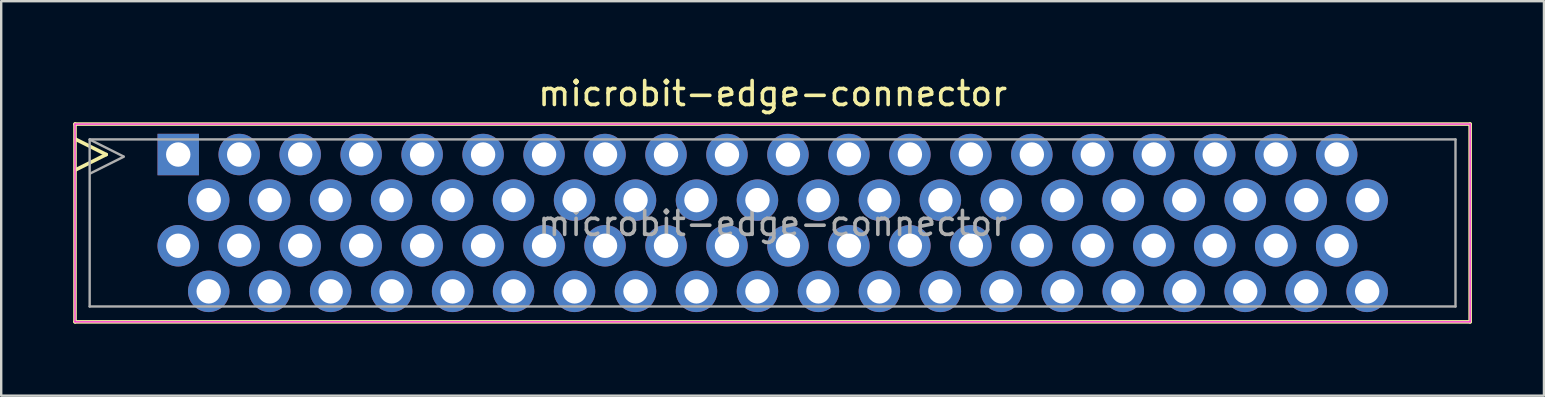
<source format=kicad_pcb>
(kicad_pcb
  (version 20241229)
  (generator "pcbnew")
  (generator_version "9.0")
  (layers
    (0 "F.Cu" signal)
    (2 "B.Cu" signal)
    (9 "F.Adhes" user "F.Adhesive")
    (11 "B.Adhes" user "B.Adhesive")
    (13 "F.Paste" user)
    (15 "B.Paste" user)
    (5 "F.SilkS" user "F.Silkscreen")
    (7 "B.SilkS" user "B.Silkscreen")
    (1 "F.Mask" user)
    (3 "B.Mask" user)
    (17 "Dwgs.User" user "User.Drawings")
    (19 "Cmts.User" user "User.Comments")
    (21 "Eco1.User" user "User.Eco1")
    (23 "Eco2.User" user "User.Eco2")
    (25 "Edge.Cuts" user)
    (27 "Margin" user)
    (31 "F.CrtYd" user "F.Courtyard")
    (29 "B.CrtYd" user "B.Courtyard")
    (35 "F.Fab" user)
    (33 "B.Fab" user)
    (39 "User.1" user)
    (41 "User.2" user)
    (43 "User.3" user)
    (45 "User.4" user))
  (footprint "microbit-edge-connector"
    (layer "F.Cu")
    (at 4.375 3.388)
    (property "Reference" "microbit-edge-connector" (at 24.765 -2.54 0) (layer "F.SilkS") (effects (font (size 1 1) (thickness 0.15))))
    (attr through_hole)
    (fp_line (start -4.3 -1.27) (end 53.82 -1.27) (stroke (width 0.15) (type solid)) (layer "F.SilkS"))
    (fp_line (start -4.3 6.97) (end -4.3 -1.27) (stroke (width 0.15) (type solid)) (layer "F.SilkS"))
    (fp_line (start -4.27 -0.635) (end -3 0) (stroke (width 0.15) (type solid)) (layer "F.SilkS"))
    (fp_line (start -3 0) (end -4.27 0.635) (stroke (width 0.15) (type solid)) (layer "F.SilkS"))
    (fp_line (start 53.82 -1.27) (end 53.82 6.97) (stroke (width 0.15) (type solid)) (layer "F.SilkS"))
    (fp_line (start 53.82 6.97) (end -4.3 6.97) (stroke (width 0.15) (type solid)) (layer "F.SilkS"))
    (fp_line (start -4.3 -1.27) (end -4.3 6.97) (stroke (width 0.05) (type solid)) (layer "F.CrtYd"))
    (fp_line (start -4.3 6.97) (end 53.82 6.97) (stroke (width 0.05) (type solid)) (layer "F.CrtYd"))
    (fp_line (start 53.82 -1.27) (end -4.3 -1.27) (stroke (width 0.05) (type solid)) (layer "F.CrtYd"))
    (fp_line (start 53.82 6.97) (end 53.82 -1.27) (stroke (width 0.05) (type solid)) (layer "F.CrtYd"))
    (fp_line (start -3.69 -0.63) (end 53.21 -0.63) (stroke (width 0.1) (type solid)) (layer "F.Fab"))
    (fp_line (start -3.69 6.33) (end -3.69 -0.63) (stroke (width 0.1) (type solid)) (layer "F.Fab"))
    (fp_line (start -3.68 -0.62) (end -2.28 0.08) (stroke (width 0.1) (type solid)) (layer "F.Fab"))
    (fp_line (start -2.27 0.09) (end -3.67 0.79) (stroke (width 0.1) (type solid)) (layer "F.Fab"))
    (fp_line (start 53.21 -0.63) (end 53.21 6.33) (stroke (width 0.1) (type solid)) (layer "F.Fab"))
    (fp_line (start 53.21 6.33) (end -3.69 6.33) (stroke (width 0.1) (type solid)) (layer "F.Fab"))
    (fp_text user "${REFERENCE}" (at 24.765 2.87 0) (layer "F.Fab") (effects (font (size 1 1) (thickness 0.15))))
    (pad "1" thru_hole rect (at 0 0) (size 1.727 1.727) (drill 1.016) (layers "*.Cu" "*.Mask"))
    (pad "2" thru_hole oval (at 0 3.8) (size 1.727 1.727) (drill 1.016) (layers "*.Cu" "*.Mask"))
    (pad "3" thru_hole oval (at 1.27 1.9) (size 1.727 1.727) (drill 1.016) (layers "*.Cu" "*.Mask"))
    (pad "4" thru_hole oval (at 1.27 5.7) (size 1.727 1.727) (drill 1.016) (layers "*.Cu" "*.Mask"))
    (pad "5" thru_hole oval (at 2.54 0) (size 1.727 1.727) (drill 1.016) (layers "*.Cu" "*.Mask"))
    (pad "6" thru_hole oval (at 2.54 3.8) (size 1.727 1.727) (drill 1.016) (layers "*.Cu" "*.Mask"))
    (pad "7" thru_hole oval (at 3.81 1.9) (size 1.727 1.727) (drill 1.016) (layers "*.Cu" "*.Mask"))
    (pad "8" thru_hole oval (at 3.81 5.7) (size 1.727 1.727) (drill 1.016) (layers "*.Cu" "*.Mask"))
    (pad "9" thru_hole oval (at 5.08 0) (size 1.727 1.727) (drill 1.016) (layers "*.Cu" "*.Mask"))
    (pad "10" thru_hole oval (at 5.08 3.8) (size 1.727 1.727) (drill 1.016) (layers "*.Cu" "*.Mask"))
    (pad "11" thru_hole oval (at 6.35 1.9) (size 1.727 1.727) (drill 1.016) (layers "*.Cu" "*.Mask"))
    (pad "12" thru_hole oval (at 6.35 5.7) (size 1.727 1.727) (drill 1.016) (layers "*.Cu" "*.Mask"))
    (pad "13" thru_hole oval (at 7.62 0) (size 1.727 1.727) (drill 1.016) (layers "*.Cu" "*.Mask"))
    (pad "14" thru_hole oval (at 7.62 3.8) (size 1.727 1.727) (drill 1.016) (layers "*.Cu" "*.Mask"))
    (pad "15" thru_hole oval (at 8.89 1.9) (size 1.727 1.727) (drill 1.016) (layers "*.Cu" "*.Mask"))
    (pad "16" thru_hole oval (at 8.89 5.7) (size 1.727 1.727) (drill 1.016) (layers "*.Cu" "*.Mask"))
    (pad "17" thru_hole oval (at 10.16 0) (size 1.727 1.727) (drill 1.016) (layers "*.Cu" "*.Mask"))
    (pad "18" thru_hole oval (at 10.16 3.8) (size 1.727 1.727) (drill 1.016) (layers "*.Cu" "*.Mask"))
    (pad "19" thru_hole oval (at 11.43 1.9) (size 1.727 1.727) (drill 1.016) (layers "*.Cu" "*.Mask"))
    (pad "20" thru_hole oval (at 11.43 5.7) (size 1.727 1.727) (drill 1.016) (layers "*.Cu" "*.Mask"))
    (pad "21" thru_hole oval (at 12.7 0) (size 1.727 1.727) (drill 1.016) (layers "*.Cu" "*.Mask"))
    (pad "22" thru_hole oval (at 12.7 3.8) (size 1.727 1.727) (drill 1.016) (layers "*.Cu" "*.Mask"))
    (pad "23" thru_hole oval (at 13.97 1.9) (size 1.727 1.727) (drill 1.016) (layers "*.Cu" "*.Mask"))
    (pad "24" thru_hole oval (at 13.97 5.7) (size 1.727 1.727) (drill 1.016) (layers "*.Cu" "*.Mask"))
    (pad "25" thru_hole oval (at 15.24 0) (size 1.727 1.727) (drill 1.016) (layers "*.Cu" "*.Mask"))
    (pad "26" thru_hole oval (at 15.24 3.8) (size 1.727 1.727) (drill 1.016) (layers "*.Cu" "*.Mask"))
    (pad "27" thru_hole oval (at 16.51 1.9) (size 1.727 1.727) (drill 1.016) (layers "*.Cu" "*.Mask"))
    (pad "28" thru_hole oval (at 16.51 5.7) (size 1.727 1.727) (drill 1.016) (layers "*.Cu" "*.Mask"))
    (pad "29" thru_hole oval (at 17.78 0) (size 1.727 1.727) (drill 1.016) (layers "*.Cu" "*.Mask"))
    (pad "30" thru_hole oval (at 17.78 3.8) (size 1.727 1.727) (drill 1.016) (layers "*.Cu" "*.Mask"))
    (pad "31" thru_hole oval (at 19.05 1.9) (size 1.727 1.727) (drill 1.016) (layers "*.Cu" "*.Mask"))
    (pad "32" thru_hole oval (at 19.05 5.7) (size 1.727 1.727) (drill 1.016) (layers "*.Cu" "*.Mask"))
    (pad "33" thru_hole oval (at 20.32 0) (size 1.727 1.727) (drill 1.016) (layers "*.Cu" "*.Mask"))
    (pad "34" thru_hole oval (at 20.32 3.8) (size 1.727 1.727) (drill 1.016) (layers "*.Cu" "*.Mask"))
    (pad "35" thru_hole oval (at 21.59 1.9) (size 1.727 1.727) (drill 1.016) (layers "*.Cu" "*.Mask"))
    (pad "36" thru_hole oval (at 21.59 5.7) (size 1.727 1.727) (drill 1.016) (layers "*.Cu" "*.Mask"))
    (pad "37" thru_hole oval (at 22.86 0) (size 1.727 1.727) (drill 1.016) (layers "*.Cu" "*.Mask"))
    (pad "38" thru_hole oval (at 22.86 3.8) (size 1.727 1.727) (drill 1.016) (layers "*.Cu" "*.Mask"))
    (pad "39" thru_hole oval (at 24.13 1.9) (size 1.727 1.727) (drill 1.016) (layers "*.Cu" "*.Mask"))
    (pad "40" thru_hole oval (at 24.13 5.7) (size 1.727 1.727) (drill 1.016) (layers "*.Cu" "*.Mask"))
    (pad "41" thru_hole oval (at 25.4 0) (size 1.727 1.727) (drill 1.016) (layers "*.Cu" "*.Mask"))
    (pad "42" thru_hole oval (at 25.4 3.8) (size 1.727 1.727) (drill 1.016) (layers "*.Cu" "*.Mask"))
    (pad "43" thru_hole oval (at 26.67 1.9) (size 1.727 1.727) (drill 1.016) (layers "*.Cu" "*.Mask"))
    (pad "44" thru_hole oval (at 26.67 5.7) (size 1.727 1.727) (drill 1.016) (layers "*.Cu" "*.Mask"))
    (pad "45" thru_hole oval (at 27.94 0) (size 1.727 1.727) (drill 1.016) (layers "*.Cu" "*.Mask"))
    (pad "46" thru_hole oval (at 27.94 3.8) (size 1.727 1.727) (drill 1.016) (layers "*.Cu" "*.Mask"))
    (pad "47" thru_hole oval (at 29.21 1.9) (size 1.727 1.727) (drill 1.016) (layers "*.Cu" "*.Mask"))
    (pad "48" thru_hole oval (at 29.21 5.7) (size 1.727 1.727) (drill 1.016) (layers "*.Cu" "*.Mask"))
    (pad "49" thru_hole oval (at 30.48 0) (size 1.727 1.727) (drill 1.016) (layers "*.Cu" "*.Mask"))
    (pad "50" thru_hole oval (at 30.48 3.8) (size 1.727 1.727) (drill 1.016) (layers "*.Cu" "*.Mask"))
    (pad "51" thru_hole oval (at 31.75 1.9) (size 1.727 1.727) (drill 1.016) (layers "*.Cu" "*.Mask"))
    (pad "52" thru_hole oval (at 31.75 5.7) (size 1.727 1.727) (drill 1.016) (layers "*.Cu" "*.Mask"))
    (pad "53" thru_hole oval (at 33.02 0) (size 1.727 1.727) (drill 1.016) (layers "*.Cu" "*.Mask"))
    (pad "54" thru_hole oval (at 33.02 3.8) (size 1.727 1.727) (drill 1.016) (layers "*.Cu" "*.Mask"))
    (pad "55" thru_hole oval (at 34.29 1.9) (size 1.727 1.727) (drill 1.016) (layers "*.Cu" "*.Mask"))
    (pad "56" thru_hole oval (at 34.29 5.7) (size 1.727 1.727) (drill 1.016) (layers "*.Cu" "*.Mask"))
    (pad "57" thru_hole oval (at 35.56 0) (size 1.727 1.727) (drill 1.016) (layers "*.Cu" "*.Mask"))
    (pad "58" thru_hole oval (at 35.56 3.8) (size 1.727 1.727) (drill 1.016) (layers "*.Cu" "*.Mask"))
    (pad "59" thru_hole oval (at 36.83 1.9) (size 1.727 1.727) (drill 1.016) (layers "*.Cu" "*.Mask"))
    (pad "60" thru_hole oval (at 36.83 5.7) (size 1.727 1.727) (drill 1.016) (layers "*.Cu" "*.Mask"))
    (pad "61" thru_hole oval (at 38.1 0) (size 1.727 1.727) (drill 1.016) (layers "*.Cu" "*.Mask"))
    (pad "62" thru_hole oval (at 38.1 3.8) (size 1.727 1.727) (drill 1.016) (layers "*.Cu" "*.Mask"))
    (pad "63" thru_hole oval (at 39.37 1.9) (size 1.727 1.727) (drill 1.016) (layers "*.Cu" "*.Mask"))
    (pad "64" thru_hole oval (at 39.37 5.7) (size 1.727 1.727) (drill 1.016) (layers "*.Cu" "*.Mask"))
    (pad "65" thru_hole oval (at 40.64 0) (size 1.727 1.727) (drill 1.016) (layers "*.Cu" "*.Mask"))
    (pad "66" thru_hole oval (at 40.64 3.8) (size 1.727 1.727) (drill 1.016) (layers "*.Cu" "*.Mask"))
    (pad "67" thru_hole oval (at 41.91 1.9) (size 1.727 1.727) (drill 1.016) (layers "*.Cu" "*.Mask"))
    (pad "68" thru_hole oval (at 41.91 5.7) (size 1.727 1.727) (drill 1.016) (layers "*.Cu" "*.Mask"))
    (pad "69" thru_hole oval (at 43.18 0) (size 1.727 1.727) (drill 1.016) (layers "*.Cu" "*.Mask"))
    (pad "70" thru_hole oval (at 43.18 3.8) (size 1.727 1.727) (drill 1.016) (layers "*.Cu" "*.Mask"))
    (pad "71" thru_hole oval (at 44.45 1.9) (size 1.727 1.727) (drill 1.016) (layers "*.Cu" "*.Mask"))
    (pad "72" thru_hole oval (at 44.45 5.7) (size 1.727 1.727) (drill 1.016) (layers "*.Cu" "*.Mask"))
    (pad "73" thru_hole oval (at 45.72 0) (size 1.727 1.727) (drill 1.016) (layers "*.Cu" "*.Mask"))
    (pad "74" thru_hole oval (at 45.72 3.8) (size 1.727 1.727) (drill 1.016) (layers "*.Cu" "*.Mask"))
    (pad "75" thru_hole oval (at 46.99 1.9) (size 1.727 1.727) (drill 1.016) (layers "*.Cu" "*.Mask"))
    (pad "76" thru_hole oval (at 46.99 5.7) (size 1.727 1.727) (drill 1.016) (layers "*.Cu" "*.Mask"))
    (pad "77" thru_hole oval (at 48.26 0) (size 1.727 1.727) (drill 1.016) (layers "*.Cu" "*.Mask"))
    (pad "78" thru_hole oval (at 48.26 3.8) (size 1.727 1.727) (drill 1.016) (layers "*.Cu" "*.Mask"))
    (pad "79" thru_hole oval (at 49.53 1.9) (size 1.727 1.727) (drill 1.016) (layers "*.Cu" "*.Mask"))
    (pad "80" thru_hole oval (at 49.53 5.7) (size 1.727 1.727) (drill 1.016) (layers "*.Cu" "*.Mask")))
  (gr_rect
    (start -3 -3)
    (end 61.27 13.433)
    (stroke (width 0.1) (type default))
    (fill no)
    (layer "Edge.Cuts")))
</source>
